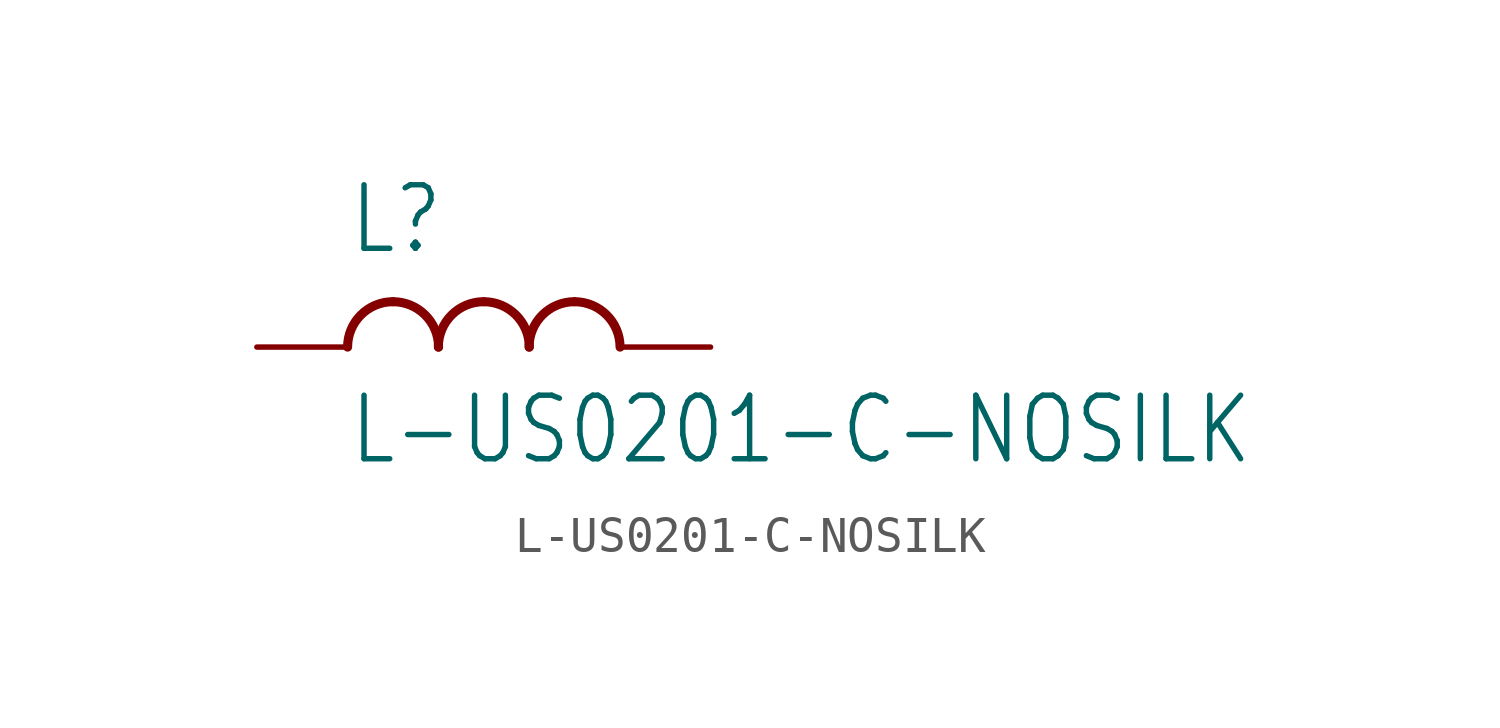
<source format=kicad_sym>
(kicad_symbol_lib
  (version 20211014)
  (generator kicad_symbol_editor)
  (symbol "L-US0201-C-NOSILK"
    (property "Reference" "L"
      (at -5.08 2.54 0)
      (effects (font (size 1.778 1.511)) (justify left bottom)))
    (property "Value" "L-US0201-C-NOSILK"
      (at -5.08 -1.27 0)
      (effects (font (size 1.778 1.511)) (justify left top)))
    (property "ki_locked" ""
      (at 0 0 0)
      (effects (font (size 1.27 1.27))))
    (symbol "L-US0201-C-NOSILK_1_0"
      (arc (start -3.81 1.27) (mid -4.708 0.898) (end -5.08 0) (stroke (width 0.254) (type default) (color 0 0 0 0)) (fill (type none)))
      (arc (start -2.54 0) (mid -2.912 0.898) (end -3.81 1.27) (stroke (width 0.254) (type default) (color 0 0 0 0)) (fill (type none)))
      (arc (start -1.27 1.27) (mid -2.168 0.898) (end -2.54 0) (stroke (width 0.254) (type default) (color 0 0 0 0)) (fill (type none)))
      (arc (start 0 0) (mid -0.372 0.898) (end -1.27 1.27) (stroke (width 0.254) (type default) (color 0 0 0 0)) (fill (type none)))
      (arc (start 1.27 1.27) (mid 0.372 0.898) (end 0 0) (stroke (width 0.254) (type default) (color 0 0 0 0)) (fill (type none)))
      (arc (start 2.54 0) (mid 2.168 0.898) (end 1.27 1.27) (stroke (width 0.254) (type default) (color 0 0 0 0)) (fill (type none)))
      (pin passive line (at -7.62 0 0) (length 2.54) (name "1" (effects (font (size 0 0)))) (number "1" (effects (font (size 0 0)))))
      (pin passive line (at 5.08 0 180) (length 2.54) (name "2" (effects (font (size 0 0)))) (number "2" (effects (font (size 0 0))))))))
</source>
